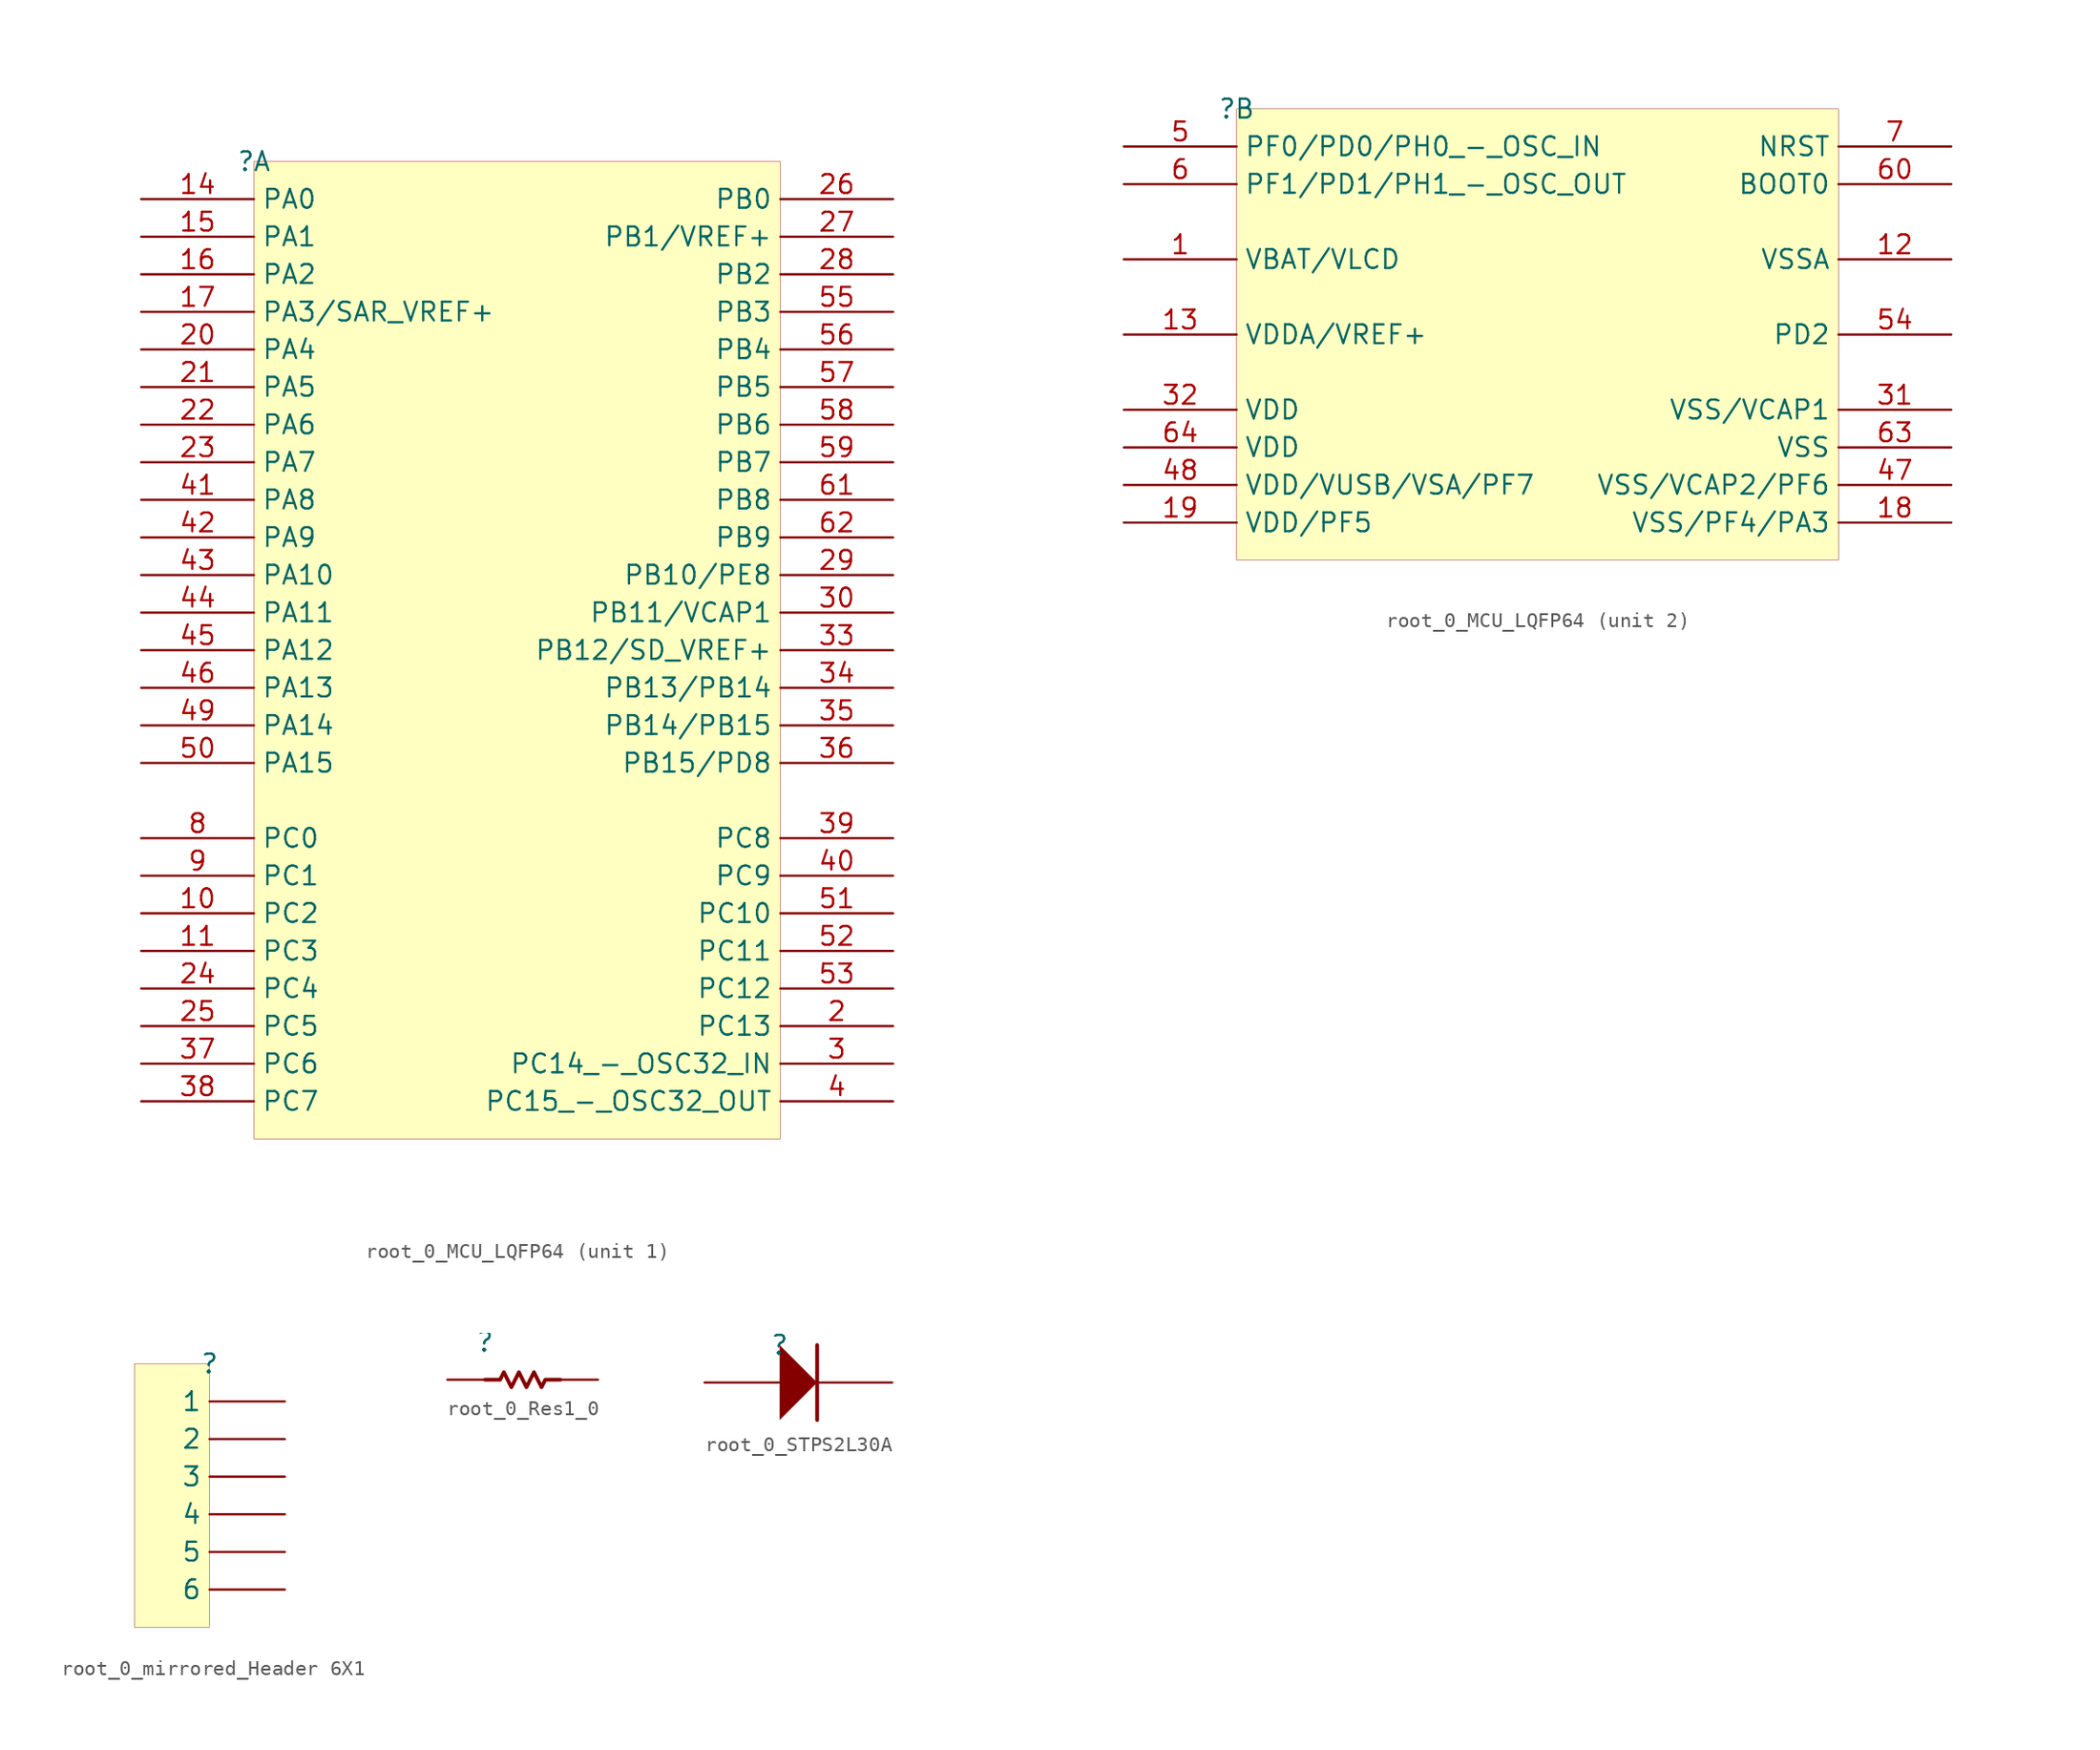
<source format=kicad_sym>
(kicad_symbol_lib
  (version 20231120)
  (generator "kicad_symbol_editor")
  (generator_version "8.0")
  (symbol "root_0_MCU_LQFP64"
    (property "Reference" ""
      (at 0 0 0)
      (effects (font (size 1.27 1.27))))
    (property "Value" ""
      (at 0 0 0)
      (effects (font (size 1.27 1.27))))
    (symbol "root_0_MCU_LQFP64_1_0"
      (rectangle (start 35.56 0) (end 0 -66.04) (stroke (width 0.025) (type solid) (color 128 0 0 1)) (fill (type background)))
      (pin passive line (at -7.62 -50.8 0) (length 7.62) (name "PC2" (effects (font (size 1.27 1.27)))) (number "10" (effects (font (size 1.27 1.27)))))
      (pin passive line (at -7.62 -53.34 0) (length 7.62) (name "PC3" (effects (font (size 1.27 1.27)))) (number "11" (effects (font (size 1.27 1.27)))))
      (pin passive line (at -7.62 -2.54 0) (length 7.62) (name "PA0" (effects (font (size 1.27 1.27)))) (number "14" (effects (font (size 1.27 1.27)))))
      (pin passive line (at -7.62 -5.08 0) (length 7.62) (name "PA1" (effects (font (size 1.27 1.27)))) (number "15" (effects (font (size 1.27 1.27)))))
      (pin passive line (at -7.62 -7.62 0) (length 7.62) (name "PA2" (effects (font (size 1.27 1.27)))) (number "16" (effects (font (size 1.27 1.27)))))
      (pin passive line (at -7.62 -10.16 0) (length 7.62) (name "PA3/SAR_VREF+" (effects (font (size 1.27 1.27)))) (number "17" (effects (font (size 1.27 1.27)))))
      (pin passive line (at 43.18 -58.42 180) (length 7.62) (name "PC13" (effects (font (size 1.27 1.27)))) (number "2" (effects (font (size 1.27 1.27)))))
      (pin passive line (at -7.62 -12.7 0) (length 7.62) (name "PA4" (effects (font (size 1.27 1.27)))) (number "20" (effects (font (size 1.27 1.27)))))
      (pin passive line (at -7.62 -15.24 0) (length 7.62) (name "PA5" (effects (font (size 1.27 1.27)))) (number "21" (effects (font (size 1.27 1.27)))))
      (pin passive line (at -7.62 -17.78 0) (length 7.62) (name "PA6" (effects (font (size 1.27 1.27)))) (number "22" (effects (font (size 1.27 1.27)))))
      (pin passive line (at -7.62 -20.32 0) (length 7.62) (name "PA7" (effects (font (size 1.27 1.27)))) (number "23" (effects (font (size 1.27 1.27)))))
      (pin passive line (at -7.62 -55.88 0) (length 7.62) (name "PC4" (effects (font (size 1.27 1.27)))) (number "24" (effects (font (size 1.27 1.27)))))
      (pin passive line (at -7.62 -58.42 0) (length 7.62) (name "PC5" (effects (font (size 1.27 1.27)))) (number "25" (effects (font (size 1.27 1.27)))))
      (pin passive line (at 43.18 -2.54 180) (length 7.62) (name "PB0" (effects (font (size 1.27 1.27)))) (number "26" (effects (font (size 1.27 1.27)))))
      (pin passive line (at 43.18 -5.08 180) (length 7.62) (name "PB1/VREF+" (effects (font (size 1.27 1.27)))) (number "27" (effects (font (size 1.27 1.27)))))
      (pin passive line (at 43.18 -7.62 180) (length 7.62) (name "PB2" (effects (font (size 1.27 1.27)))) (number "28" (effects (font (size 1.27 1.27)))))
      (pin passive line (at 43.18 -27.94 180) (length 7.62) (name "PB10/PE8" (effects (font (size 1.27 1.27)))) (number "29" (effects (font (size 1.27 1.27)))))
      (pin passive line (at 43.18 -60.96 180) (length 7.62) (name "PC14_-_OSC32_IN" (effects (font (size 1.27 1.27)))) (number "3" (effects (font (size 1.27 1.27)))))
      (pin passive line (at 43.18 -30.48 180) (length 7.62) (name "PB11/VCAP1" (effects (font (size 1.27 1.27)))) (number "30" (effects (font (size 1.27 1.27)))))
      (pin passive line (at 43.18 -33.02 180) (length 7.62) (name "PB12/SD_VREF+" (effects (font (size 1.27 1.27)))) (number "33" (effects (font (size 1.27 1.27)))))
      (pin passive line (at 43.18 -35.56 180) (length 7.62) (name "PB13/PB14" (effects (font (size 1.27 1.27)))) (number "34" (effects (font (size 1.27 1.27)))))
      (pin passive line (at 43.18 -38.1 180) (length 7.62) (name "PB14/PB15" (effects (font (size 1.27 1.27)))) (number "35" (effects (font (size 1.27 1.27)))))
      (pin passive line (at 43.18 -40.64 180) (length 7.62) (name "PB15/PD8" (effects (font (size 1.27 1.27)))) (number "36" (effects (font (size 1.27 1.27)))))
      (pin passive line (at -7.62 -60.96 0) (length 7.62) (name "PC6" (effects (font (size 1.27 1.27)))) (number "37" (effects (font (size 1.27 1.27)))))
      (pin passive line (at -7.62 -63.5 0) (length 7.62) (name "PC7" (effects (font (size 1.27 1.27)))) (number "38" (effects (font (size 1.27 1.27)))))
      (pin passive line (at 43.18 -45.72 180) (length 7.62) (name "PC8" (effects (font (size 1.27 1.27)))) (number "39" (effects (font (size 1.27 1.27)))))
      (pin passive line (at 43.18 -63.5 180) (length 7.62) (name "PC15_-_OSC32_OUT" (effects (font (size 1.27 1.27)))) (number "4" (effects (font (size 1.27 1.27)))))
      (pin passive line (at 43.18 -48.26 180) (length 7.62) (name "PC9" (effects (font (size 1.27 1.27)))) (number "40" (effects (font (size 1.27 1.27)))))
      (pin passive line (at -7.62 -22.86 0) (length 7.62) (name "PA8" (effects (font (size 1.27 1.27)))) (number "41" (effects (font (size 1.27 1.27)))))
      (pin passive line (at -7.62 -25.4 0) (length 7.62) (name "PA9" (effects (font (size 1.27 1.27)))) (number "42" (effects (font (size 1.27 1.27)))))
      (pin passive line (at -7.62 -27.94 0) (length 7.62) (name "PA10" (effects (font (size 1.27 1.27)))) (number "43" (effects (font (size 1.27 1.27)))))
      (pin passive line (at -7.62 -30.48 0) (length 7.62) (name "PA11" (effects (font (size 1.27 1.27)))) (number "44" (effects (font (size 1.27 1.27)))))
      (pin passive line (at -7.62 -33.02 0) (length 7.62) (name "PA12" (effects (font (size 1.27 1.27)))) (number "45" (effects (font (size 1.27 1.27)))))
      (pin passive line (at -7.62 -35.56 0) (length 7.62) (name "PA13" (effects (font (size 1.27 1.27)))) (number "46" (effects (font (size 1.27 1.27)))))
      (pin passive line (at -7.62 -38.1 0) (length 7.62) (name "PA14" (effects (font (size 1.27 1.27)))) (number "49" (effects (font (size 1.27 1.27)))))
      (pin passive line (at -7.62 -40.64 0) (length 7.62) (name "PA15" (effects (font (size 1.27 1.27)))) (number "50" (effects (font (size 1.27 1.27)))))
      (pin passive line (at 43.18 -50.8 180) (length 7.62) (name "PC10" (effects (font (size 1.27 1.27)))) (number "51" (effects (font (size 1.27 1.27)))))
      (pin passive line (at 43.18 -53.34 180) (length 7.62) (name "PC11" (effects (font (size 1.27 1.27)))) (number "52" (effects (font (size 1.27 1.27)))))
      (pin passive line (at 43.18 -55.88 180) (length 7.62) (name "PC12" (effects (font (size 1.27 1.27)))) (number "53" (effects (font (size 1.27 1.27)))))
      (pin passive line (at 43.18 -10.16 180) (length 7.62) (name "PB3" (effects (font (size 1.27 1.27)))) (number "55" (effects (font (size 1.27 1.27)))))
      (pin passive line (at 43.18 -12.7 180) (length 7.62) (name "PB4" (effects (font (size 1.27 1.27)))) (number "56" (effects (font (size 1.27 1.27)))))
      (pin passive line (at 43.18 -15.24 180) (length 7.62) (name "PB5" (effects (font (size 1.27 1.27)))) (number "57" (effects (font (size 1.27 1.27)))))
      (pin passive line (at 43.18 -17.78 180) (length 7.62) (name "PB6" (effects (font (size 1.27 1.27)))) (number "58" (effects (font (size 1.27 1.27)))))
      (pin passive line (at 43.18 -20.32 180) (length 7.62) (name "PB7" (effects (font (size 1.27 1.27)))) (number "59" (effects (font (size 1.27 1.27)))))
      (pin passive line (at 43.18 -22.86 180) (length 7.62) (name "PB8" (effects (font (size 1.27 1.27)))) (number "61" (effects (font (size 1.27 1.27)))))
      (pin passive line (at 43.18 -25.4 180) (length 7.62) (name "PB9" (effects (font (size 1.27 1.27)))) (number "62" (effects (font (size 1.27 1.27)))))
      (pin passive line (at -7.62 -45.72 0) (length 7.62) (name "PC0" (effects (font (size 1.27 1.27)))) (number "8" (effects (font (size 1.27 1.27)))))
      (pin passive line (at -7.62 -48.26 0) (length 7.62) (name "PC1" (effects (font (size 1.27 1.27)))) (number "9" (effects (font (size 1.27 1.27))))))
    (symbol "root_0_MCU_LQFP64_2_0"
      (rectangle (start 40.64 0) (end 0 -30.48) (stroke (width 0.025) (type solid) (color 128 0 0 1)) (fill (type background)))
      (pin passive line (at -7.62 -10.16 0) (length 7.62) (name "VBAT/VLCD" (effects (font (size 1.27 1.27)))) (number "1" (effects (font (size 1.27 1.27)))))
      (pin passive line (at 48.26 -10.16 180) (length 7.62) (name "VSSA" (effects (font (size 1.27 1.27)))) (number "12" (effects (font (size 1.27 1.27)))))
      (pin passive line (at -7.62 -15.24 0) (length 7.62) (name "VDDA/VREF+" (effects (font (size 1.27 1.27)))) (number "13" (effects (font (size 1.27 1.27)))))
      (pin passive line (at 48.26 -27.94 180) (length 7.62) (name "VSS/PF4/PA3" (effects (font (size 1.27 1.27)))) (number "18" (effects (font (size 1.27 1.27)))))
      (pin passive line (at -7.62 -27.94 0) (length 7.62) (name "VDD/PF5" (effects (font (size 1.27 1.27)))) (number "19" (effects (font (size 1.27 1.27)))))
      (pin passive line (at 48.26 -20.32 180) (length 7.62) (name "VSS/VCAP1" (effects (font (size 1.27 1.27)))) (number "31" (effects (font (size 1.27 1.27)))))
      (pin passive line (at -7.62 -20.32 0) (length 7.62) (name "VDD" (effects (font (size 1.27 1.27)))) (number "32" (effects (font (size 1.27 1.27)))))
      (pin passive line (at 48.26 -25.4 180) (length 7.62) (name "VSS/VCAP2/PF6" (effects (font (size 1.27 1.27)))) (number "47" (effects (font (size 1.27 1.27)))))
      (pin passive line (at -7.62 -25.4 0) (length 7.62) (name "VDD/VUSB/VSA/PF7" (effects (font (size 1.27 1.27)))) (number "48" (effects (font (size 1.27 1.27)))))
      (pin passive line (at -7.62 -2.54 0) (length 7.62) (name "PF0/PD0/PH0_-_OSC_IN" (effects (font (size 1.27 1.27)))) (number "5" (effects (font (size 1.27 1.27)))))
      (pin passive line (at 48.26 -15.24 180) (length 7.62) (name "PD2" (effects (font (size 1.27 1.27)))) (number "54" (effects (font (size 1.27 1.27)))))
      (pin passive line (at -7.62 -5.08 0) (length 7.62) (name "PF1/PD1/PH1_-_OSC_OUT" (effects (font (size 1.27 1.27)))) (number "6" (effects (font (size 1.27 1.27)))))
      (pin passive line (at 48.26 -5.08 180) (length 7.62) (name "BOOT0" (effects (font (size 1.27 1.27)))) (number "60" (effects (font (size 1.27 1.27)))))
      (pin passive line (at 48.26 -22.86 180) (length 7.62) (name "VSS" (effects (font (size 1.27 1.27)))) (number "63" (effects (font (size 1.27 1.27)))))
      (pin passive line (at -7.62 -22.86 0) (length 7.62) (name "VDD" (effects (font (size 1.27 1.27)))) (number "64" (effects (font (size 1.27 1.27)))))
      (pin passive line (at 48.26 -2.54 180) (length 7.62) (name "NRST" (effects (font (size 1.27 1.27)))) (number "7" (effects (font (size 1.27 1.27)))))))
  (symbol "root_0_mirrored_Header 6X1"
    (property "Reference" ""
      (at 0 0 0)
      (effects (font (size 1.27 1.27))))
    (property "Value" ""
      (at 0 0 0)
      (effects (font (size 1.27 1.27))))
    (symbol "root_0_mirrored_Header 6X1_1_0"
      (rectangle (start 0 0) (end -5.08 -17.78) (stroke (width 0.025) (type solid) (color 128 0 0 1)) (fill (type background)))
      (pin passive line (at 5.08 -2.54 180) (length 5.08) (name "1" (effects (font (size 1.27 1.27)))) (number "1" (effects (font (size 0 0)))))
      (pin passive line (at 5.08 -5.08 180) (length 5.08) (name "2" (effects (font (size 1.27 1.27)))) (number "2" (effects (font (size 0 0)))))
      (pin passive line (at 5.08 -7.62 180) (length 5.08) (name "3" (effects (font (size 1.27 1.27)))) (number "3" (effects (font (size 0 0)))))
      (pin passive line (at 5.08 -10.16 180) (length 5.08) (name "4" (effects (font (size 1.27 1.27)))) (number "4" (effects (font (size 0 0)))))
      (pin passive line (at 5.08 -12.7 180) (length 5.08) (name "5" (effects (font (size 1.27 1.27)))) (number "5" (effects (font (size 0 0)))))
      (pin passive line (at 5.08 -15.24 180) (length 5.08) (name "6" (effects (font (size 1.27 1.27)))) (number "6" (effects (font (size 0 0)))))))
  (symbol "root_0_Res1_0"
    (property "Reference" ""
      (at 0 0 0)
      (effects (font (size 1.27 1.27))))
    (property "Value" ""
      (at 0 0 0)
      (effects (font (size 1.27 1.27))))
    (symbol "root_0_Res1_0_1_0"
      (polyline (pts (xy 5.08 -2.54) (xy 4.064 -2.54) (xy 3.81 -3.048) (xy 3.302 -2.032) (xy 2.794 -3.048) (xy 2.286 -2.032) (xy 1.778 -3.048) (xy 1.27 -2.032) (xy 1.016 -2.54) (xy 0 -2.54)) (stroke (width 0.254) (type solid)) (fill (type none)))
      (pin passive line (at -2.54 -2.54 0) (length 2.54) (name "1" (effects (font (size 0 0)))) (number "1" (effects (font (size 0 0)))))
      (pin passive line (at 7.62 -2.54 180) (length 2.54) (name "2" (effects (font (size 0 0)))) (number "2" (effects (font (size 0 0)))))))
  (symbol "root_0_STPS2L30A"
    (property "Reference" ""
      (at 0 0 0)
      (effects (font (size 1.27 1.27))))
    (property "Value" ""
      (at 0 0 0)
      (effects (font (size 1.27 1.27))))
    (symbol "root_0_STPS2L30A_1_0"
      (polyline (pts (xy 2.54 0) (xy 2.54 -5.08)) (stroke (width 0.254) (type solid)) (fill (type none)))
      (polyline (pts (xy 0 -5.08) (xy 2.54 -2.54) (xy 0 0) (xy 0 -5.08)) (stroke (width -0.0001) (type solid)) (fill (type outline)))
      (pin passive line (at -5.08 -2.54 0) (length 5.08) (name "A" (effects (font (size 0 0)))) (number "1" (effects (font (size 0 0)))))
      (pin passive line (at 7.62 -2.54 180) (length 5.08) (name "K" (effects (font (size 0 0)))) (number "2" (effects (font (size 0 0))))))))
</source>
